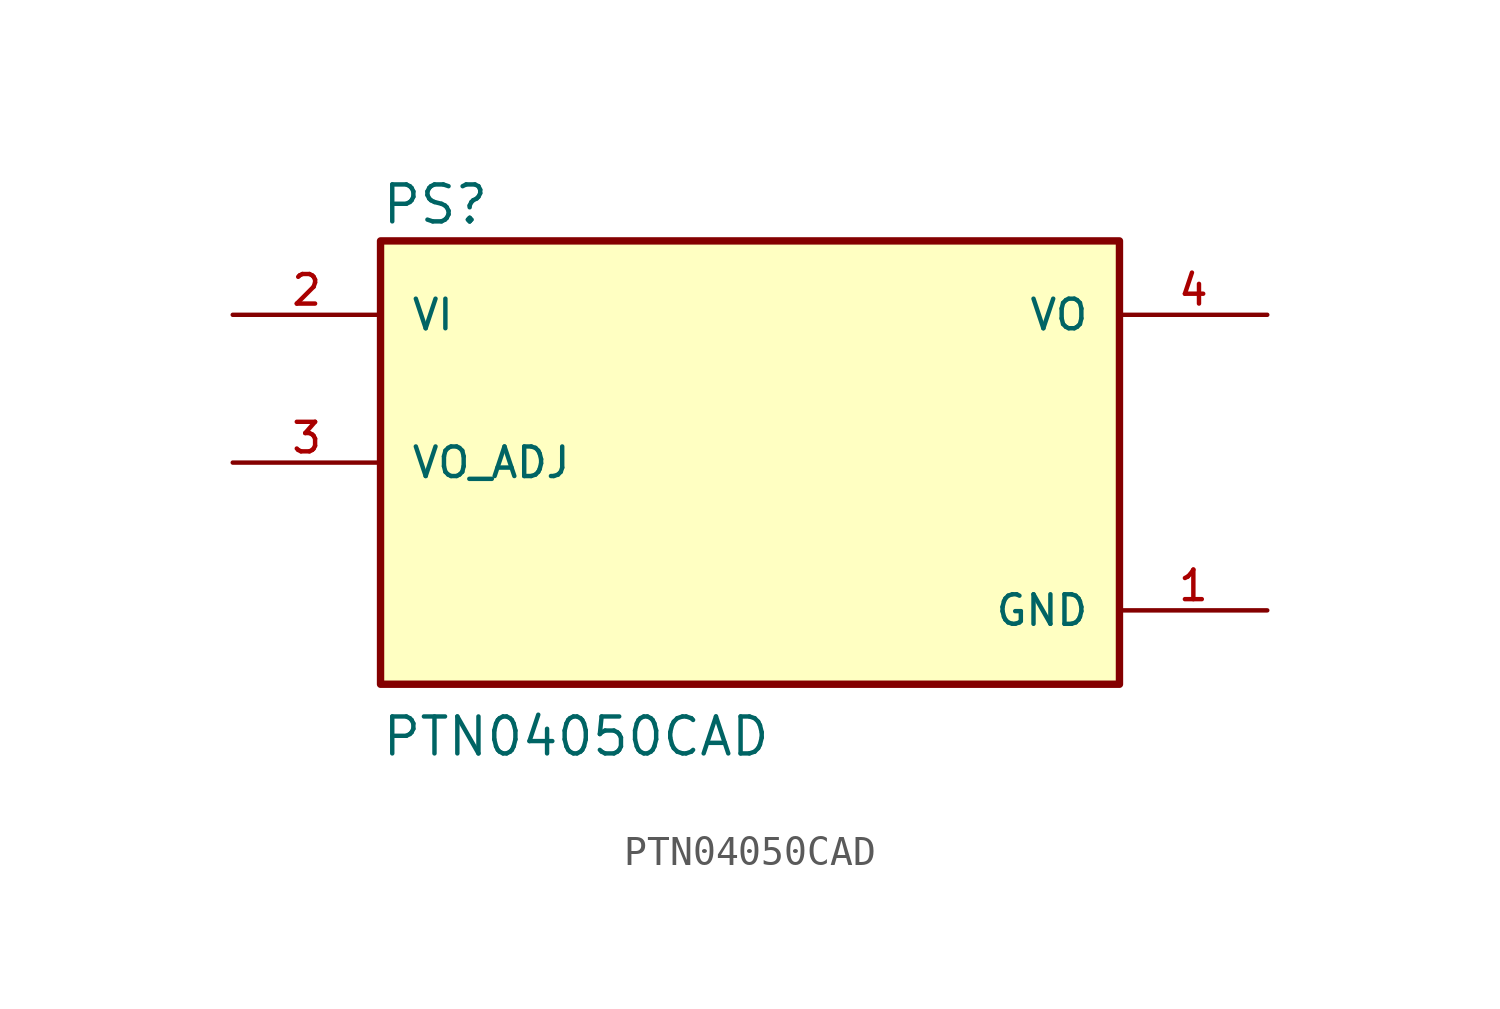
<source format=kicad_sym>
(kicad_symbol_lib
  (version 20211014)
  (generator kicad_symbol_editor)
  (symbol "PTN04050CAD"
    (pin_names
      (offset 1.016))
    (property "Reference" "PS"
      (at -12.7 8.128 0)
      (effects (font (size 1.27 1.27)) (justify bottom left)))
    (property "Value" "PTN04050CAD"
      (at -12.7 -10.16 0)
      (effects (font (size 1.27 1.27)) (justify bottom left)))
    (symbol "PTN04050CAD_0_0"
      (rectangle (start -12.7 -7.62) (end 12.7 7.62) (stroke (width 0.254)) (fill (type background)))
      (pin input line (at -17.78 5.08 0) (length 5.08) (name "VI" (effects (font (size 1.016 1.016)))) (number "2" (effects (font (size 1.016 1.016)))))
      (pin output line (at 17.78 5.08 180.0) (length 5.08) (name "VO" (effects (font (size 1.016 1.016)))) (number "4" (effects (font (size 1.016 1.016)))))
      (pin input line (at -17.78 0.0 0) (length 5.08) (name "VO_ADJ" (effects (font (size 1.016 1.016)))) (number "3" (effects (font (size 1.016 1.016)))))
      (pin power_in line (at 17.78 -5.08 180.0) (length 5.08) (name "GND" (effects (font (size 1.016 1.016)))) (number "1" (effects (font (size 1.016 1.016))))))))
</source>
